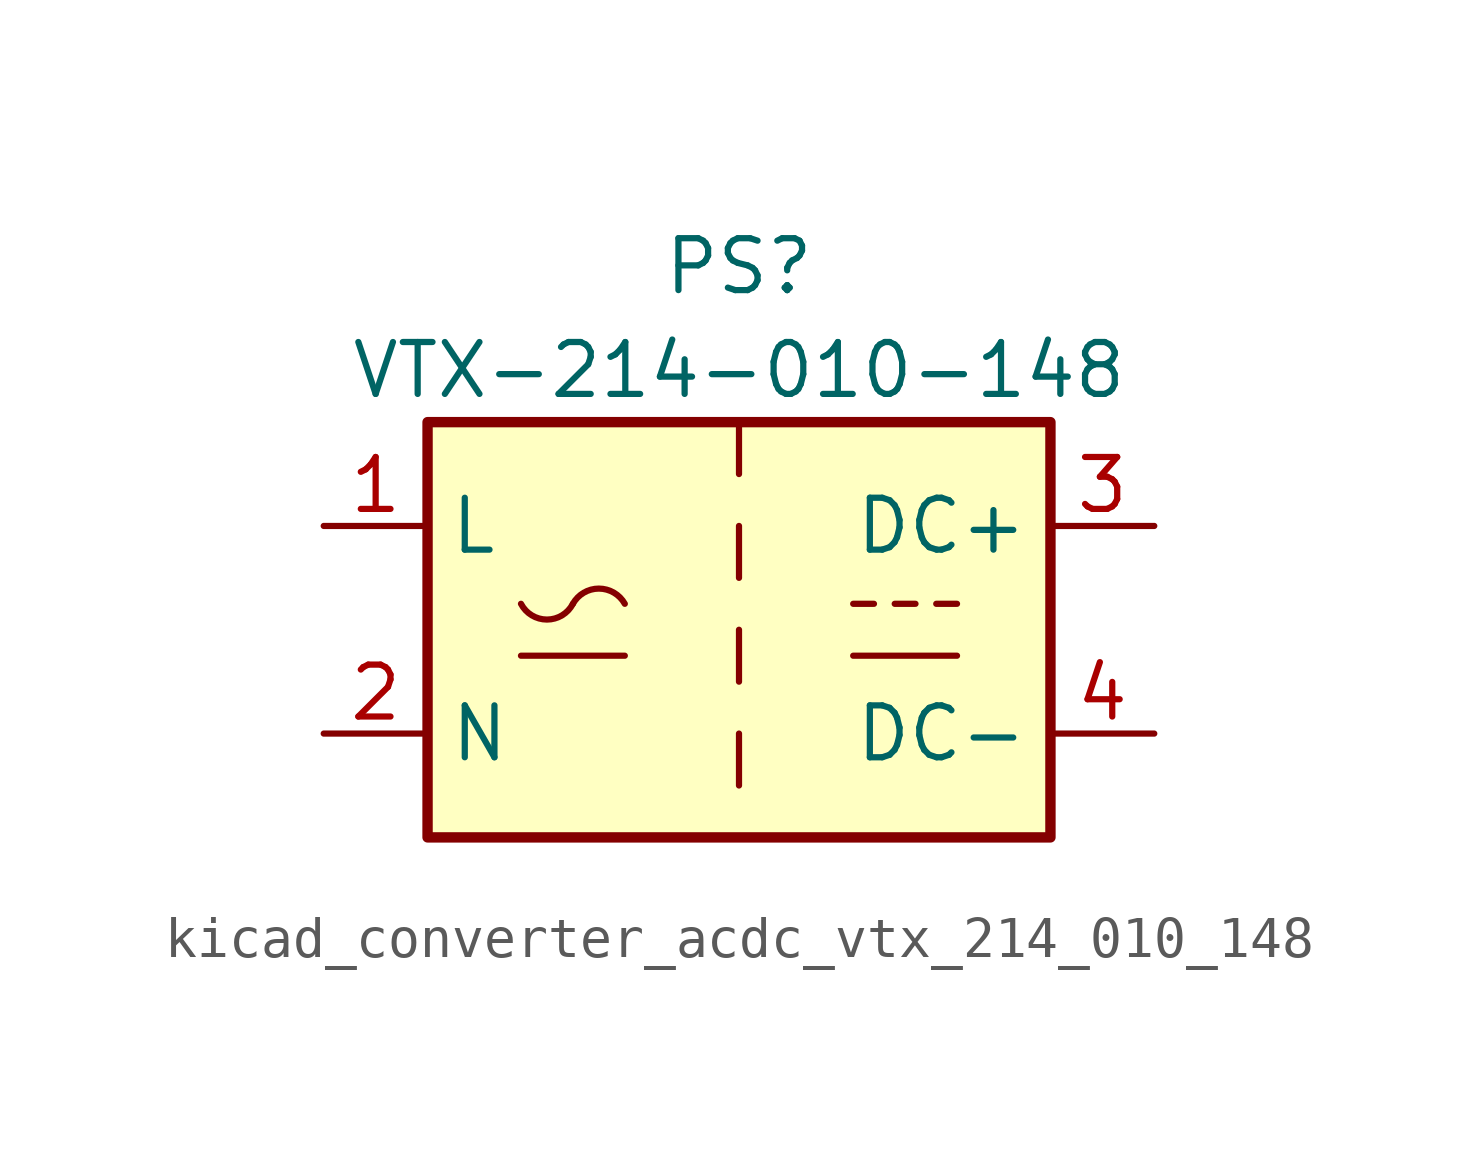
<source format=kicad_sym>
(kicad_symbol_lib
  (version 20220914)
  (generator kicad_symbol_editor)
  (symbol "kicad_converter_acdc_vtx_214_010_148"
    (property "Reference" "PS"
      (at 0 8.89 0)
      (effects (font (size 1.27 1.27))))
    (property "Value" "VTX-214-010-148"
      (at 0 6.35 0)
      (effects (font (size 1.27 1.27))))
    (symbol "kicad_converter_acdc_vtx_214_010_148_0_1"
      (rectangle (start -7.62 5.08) (end 7.62 -5.08) (stroke (width 0.254) (type default)) (fill (type background)))
      (arc (start -5.334 0.635) (mid -4.699 0.2495) (end -4.064 0.635) (stroke (width 0) (type default)) (fill (type none)))
      (arc (start -2.794 0.635) (mid -3.429 1.0072) (end -4.064 0.635) (stroke (width 0) (type default)) (fill (type none)))
      (polyline (pts (xy -5.334 -0.635) (xy -2.794 -0.635)) (stroke (width 0) (type default)) (fill (type none)))
      (polyline (pts (xy 2.794 -0.635) (xy 5.334 -0.635)) (stroke (width 0) (type default)) (fill (type none)))
      (polyline (pts (xy 2.794 0.635) (xy 3.302 0.635)) (stroke (width 0) (type default)) (fill (type none)))
      (polyline (pts (xy 3.81 0.635) (xy 4.318 0.635)) (stroke (width 0) (type default)) (fill (type none)))
      (polyline (pts (xy 4.826 0.635) (xy 5.334 0.635)) (stroke (width 0) (type default)) (fill (type none))))
    (symbol "kicad_converter_acdc_vtx_214_010_148_1_1"
      (polyline (pts (xy 0 -2.54) (xy 0 -3.81)) (stroke (width 0) (type default)) (fill (type none)))
      (polyline (pts (xy 0 0) (xy 0 -1.27)) (stroke (width 0) (type default)) (fill (type none)))
      (polyline (pts (xy 0 2.54) (xy 0 1.27)) (stroke (width 0) (type default)) (fill (type none)))
      (polyline (pts (xy 0 5.08) (xy 0 3.81)) (stroke (width 0) (type default)) (fill (type none)))
      (pin power_in line (at -10.16 2.54 0) (length 2.54) (name "L" (effects (font (size 1.27 1.27)))) (number "1" (effects (font (size 1.27 1.27)))))
      (pin power_in line (at -10.16 -2.54 0) (length 2.54) (name "N" (effects (font (size 1.27 1.27)))) (number "2" (effects (font (size 1.27 1.27)))))
      (pin power_out line (at 10.16 2.54 180) (length 2.54) (name "DC+" (effects (font (size 1.27 1.27)))) (number "3" (effects (font (size 1.27 1.27)))))
      (pin power_out line (at 10.16 -2.54 180) (length 2.54) (name "DC-" (effects (font (size 1.27 1.27)))) (number "4" (effects (font (size 1.27 1.27))))))))
</source>
